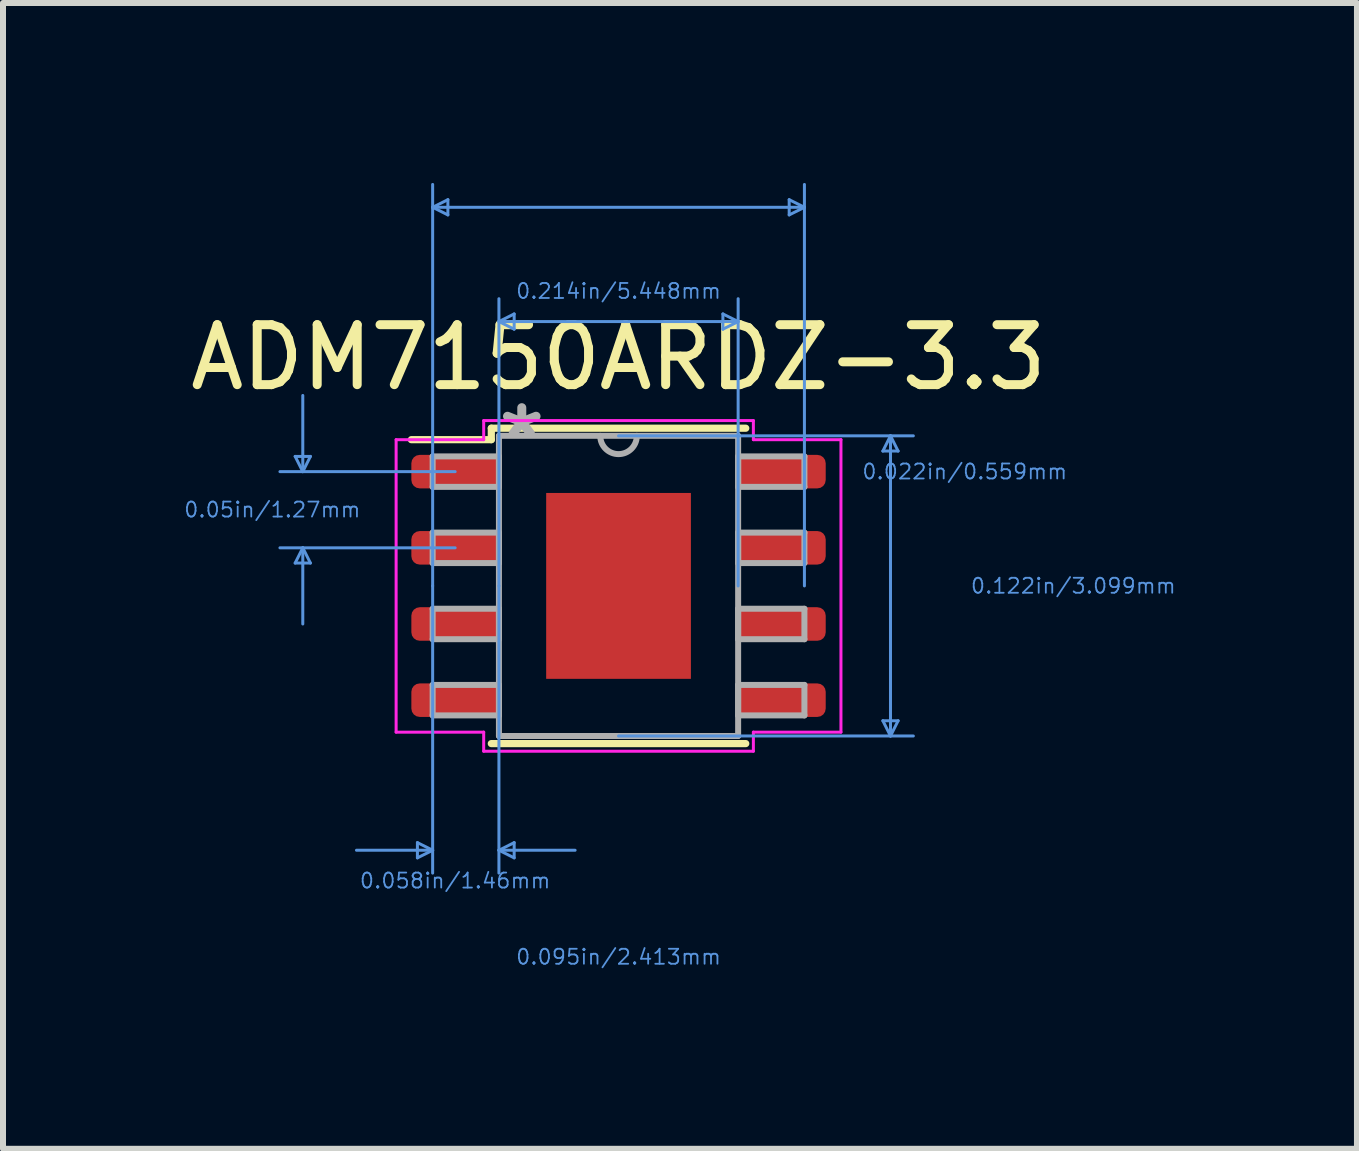
<source format=kicad_pcb>
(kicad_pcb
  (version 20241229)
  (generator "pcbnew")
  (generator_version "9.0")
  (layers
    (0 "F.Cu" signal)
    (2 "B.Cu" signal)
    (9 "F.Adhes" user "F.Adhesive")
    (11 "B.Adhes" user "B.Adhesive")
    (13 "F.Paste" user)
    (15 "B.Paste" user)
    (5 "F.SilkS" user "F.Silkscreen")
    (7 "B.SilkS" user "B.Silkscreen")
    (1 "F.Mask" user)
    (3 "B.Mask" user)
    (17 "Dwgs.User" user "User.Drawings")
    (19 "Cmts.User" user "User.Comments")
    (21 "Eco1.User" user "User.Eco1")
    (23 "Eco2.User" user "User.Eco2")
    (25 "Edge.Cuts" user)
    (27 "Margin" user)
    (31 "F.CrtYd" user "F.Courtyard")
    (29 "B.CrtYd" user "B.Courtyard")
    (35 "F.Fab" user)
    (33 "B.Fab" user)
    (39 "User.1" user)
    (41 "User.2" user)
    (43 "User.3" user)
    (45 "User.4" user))
  (footprint "ADM7150ARDZ-3.3"
    (layer "F.Cu")
    (at 7.262 6.718)
    (property "Reference" "ADM7150ARDZ-3.3" (at 0 -3.81 0) (layer "F.SilkS") (effects (font (size 1 1) (thickness 0.15))))
    (attr smd)
    (fp_line (start -2.121 -2.438) (end -3.454 -2.438) (stroke (width 0.12) (type solid)) (layer "F.SilkS"))
    (fp_line (start -2.121 -2.438) (end -2.121 -2.629) (stroke (width 0.12) (type solid)) (layer "F.SilkS"))
    (fp_line (start -2.121 2.629) (end 2.121 2.629) (stroke (width 0.12) (type solid)) (layer "F.SilkS"))
    (fp_line (start 2.121 -2.629) (end -2.121 -2.629) (stroke (width 0.12) (type solid)) (layer "F.SilkS"))
    (fp_poly (pts (xy -1.107 -1.449) (xy -1.107 -0.1) (xy 1.107 -0.1) (xy 1.107 -1.449)) (stroke (width 0.1) (type solid)) (fill yes) (layer "F.Paste"))
    (fp_poly (pts (xy -1.107 0.1) (xy -1.107 1.449) (xy 1.107 1.449) (xy 1.107 0.1)) (stroke (width 0.1) (type solid)) (fill yes) (layer "F.Paste"))
    (fp_line (start -5.391 -2.159) (end -5.137 -2.159) (stroke (width 0.05) (type solid)) (layer "Cmts.User"))
    (fp_line (start -5.391 -0.381) (end -5.137 -0.381) (stroke (width 0.05) (type solid)) (layer "Cmts.User"))
    (fp_line (start -5.264 -1.905) (end -5.391 -2.159) (stroke (width 0.05) (type solid)) (layer "Cmts.User"))
    (fp_line (start -5.264 -1.905) (end -5.264 -3.175) (stroke (width 0.05) (type solid)) (layer "Cmts.User"))
    (fp_line (start -5.264 -1.905) (end -5.137 -2.159) (stroke (width 0.05) (type solid)) (layer "Cmts.User"))
    (fp_line (start -5.264 -0.635) (end -5.391 -0.381) (stroke (width 0.05) (type solid)) (layer "Cmts.User"))
    (fp_line (start -5.264 -0.635) (end -5.264 0.635) (stroke (width 0.05) (type solid)) (layer "Cmts.User"))
    (fp_line (start -5.264 -0.635) (end -5.137 -0.381) (stroke (width 0.05) (type solid)) (layer "Cmts.User"))
    (fp_line (start -3.353 4.28) (end -3.353 4.534) (stroke (width 0.05) (type solid)) (layer "Cmts.User"))
    (fp_line (start -3.099 -6.312) (end -2.845 -6.439) (stroke (width 0.05) (type solid)) (layer "Cmts.User"))
    (fp_line (start -3.099 -6.312) (end -2.845 -6.185) (stroke (width 0.05) (type solid)) (layer "Cmts.User"))
    (fp_line (start -3.099 -6.312) (end 3.099 -6.312) (stroke (width 0.05) (type solid)) (layer "Cmts.User"))
    (fp_line (start -3.099 0) (end -3.099 -6.693) (stroke (width 0.05) (type solid)) (layer "Cmts.User"))
    (fp_line (start -3.099 0) (end -3.099 4.788) (stroke (width 0.05) (type solid)) (layer "Cmts.User"))
    (fp_line (start -3.099 4.407) (end -4.369 4.407) (stroke (width 0.05) (type solid)) (layer "Cmts.User"))
    (fp_line (start -3.099 4.407) (end -3.353 4.28) (stroke (width 0.05) (type solid)) (layer "Cmts.User"))
    (fp_line (start -3.099 4.407) (end -3.353 4.534) (stroke (width 0.05) (type solid)) (layer "Cmts.User"))
    (fp_line (start -2.845 -6.439) (end -2.845 -6.185) (stroke (width 0.05) (type solid)) (layer "Cmts.User"))
    (fp_line (start -2.724 -1.905) (end -5.645 -1.905) (stroke (width 0.05) (type solid)) (layer "Cmts.User"))
    (fp_line (start -2.724 -0.635) (end -5.645 -0.635) (stroke (width 0.05) (type solid)) (layer "Cmts.User"))
    (fp_line (start -1.994 -4.407) (end -1.74 -4.534) (stroke (width 0.05) (type solid)) (layer "Cmts.User"))
    (fp_line (start -1.994 -4.407) (end -1.74 -4.28) (stroke (width 0.05) (type solid)) (layer "Cmts.User"))
    (fp_line (start -1.994 -4.407) (end 1.994 -4.407) (stroke (width 0.05) (type solid)) (layer "Cmts.User"))
    (fp_line (start -1.994 0) (end -1.994 -4.788) (stroke (width 0.05) (type solid)) (layer "Cmts.User"))
    (fp_line (start -1.994 0) (end -1.994 4.788) (stroke (width 0.05) (type solid)) (layer "Cmts.User"))
    (fp_line (start -1.994 4.407) (end -1.74 4.28) (stroke (width 0.05) (type solid)) (layer "Cmts.User"))
    (fp_line (start -1.994 4.407) (end -1.74 4.534) (stroke (width 0.05) (type solid)) (layer "Cmts.User"))
    (fp_line (start -1.994 4.407) (end -0.724 4.407) (stroke (width 0.05) (type solid)) (layer "Cmts.User"))
    (fp_line (start -1.74 -4.534) (end -1.74 -4.28) (stroke (width 0.05) (type solid)) (layer "Cmts.User"))
    (fp_line (start -1.74 4.28) (end -1.74 4.534) (stroke (width 0.05) (type solid)) (layer "Cmts.User"))
    (fp_line (start 0 -2.502) (end 4.915 -2.502) (stroke (width 0.05) (type solid)) (layer "Cmts.User"))
    (fp_line (start 0 2.502) (end 4.915 2.502) (stroke (width 0.05) (type solid)) (layer "Cmts.User"))
    (fp_line (start 1.74 -4.534) (end 1.74 -4.28) (stroke (width 0.05) (type solid)) (layer "Cmts.User"))
    (fp_line (start 1.994 -4.407) (end 1.74 -4.534) (stroke (width 0.05) (type solid)) (layer "Cmts.User"))
    (fp_line (start 1.994 -4.407) (end 1.74 -4.28) (stroke (width 0.05) (type solid)) (layer "Cmts.User"))
    (fp_line (start 1.994 0) (end 1.994 -4.788) (stroke (width 0.05) (type solid)) (layer "Cmts.User"))
    (fp_line (start 2.845 -6.439) (end 2.845 -6.185) (stroke (width 0.05) (type solid)) (layer "Cmts.User"))
    (fp_line (start 3.099 -6.312) (end 2.845 -6.439) (stroke (width 0.05) (type solid)) (layer "Cmts.User"))
    (fp_line (start 3.099 -6.312) (end 2.845 -6.185) (stroke (width 0.05) (type solid)) (layer "Cmts.User"))
    (fp_line (start 3.099 0) (end 3.099 -6.693) (stroke (width 0.05) (type solid)) (layer "Cmts.User"))
    (fp_line (start 4.407 -2.248) (end 4.661 -2.248) (stroke (width 0.05) (type solid)) (layer "Cmts.User"))
    (fp_line (start 4.407 2.248) (end 4.661 2.248) (stroke (width 0.05) (type solid)) (layer "Cmts.User"))
    (fp_line (start 4.534 -2.502) (end 4.407 -2.248) (stroke (width 0.05) (type solid)) (layer "Cmts.User"))
    (fp_line (start 4.534 -2.502) (end 4.534 2.502) (stroke (width 0.05) (type solid)) (layer "Cmts.User"))
    (fp_line (start 4.534 -2.502) (end 4.661 -2.248) (stroke (width 0.05) (type solid)) (layer "Cmts.User"))
    (fp_line (start 4.534 2.502) (end 4.407 2.248) (stroke (width 0.05) (type solid)) (layer "Cmts.User"))
    (fp_line (start 4.534 2.502) (end 4.661 2.248) (stroke (width 0.05) (type solid)) (layer "Cmts.User"))
    (fp_line (start -3.708 -2.438) (end -2.248 -2.438) (stroke (width 0.05) (type solid)) (layer "F.CrtYd"))
    (fp_line (start -3.708 2.438) (end -3.708 -2.438) (stroke (width 0.05) (type solid)) (layer "F.CrtYd"))
    (fp_line (start -3.708 2.438) (end -2.248 2.438) (stroke (width 0.05) (type solid)) (layer "F.CrtYd"))
    (fp_line (start -2.248 -2.756) (end 2.248 -2.756) (stroke (width 0.05) (type solid)) (layer "F.CrtYd"))
    (fp_line (start -2.248 -2.438) (end -2.248 -2.756) (stroke (width 0.05) (type solid)) (layer "F.CrtYd"))
    (fp_line (start -2.248 2.756) (end -2.248 2.438) (stroke (width 0.05) (type solid)) (layer "F.CrtYd"))
    (fp_line (start 2.248 -2.756) (end 2.248 -2.438) (stroke (width 0.05) (type solid)) (layer "F.CrtYd"))
    (fp_line (start 2.248 -2.438) (end 3.708 -2.438) (stroke (width 0.05) (type solid)) (layer "F.CrtYd"))
    (fp_line (start 2.248 2.438) (end 2.248 2.756) (stroke (width 0.05) (type solid)) (layer "F.CrtYd"))
    (fp_line (start 2.248 2.756) (end -2.248 2.756) (stroke (width 0.05) (type solid)) (layer "F.CrtYd"))
    (fp_line (start 3.708 -2.438) (end 3.708 2.438) (stroke (width 0.05) (type solid)) (layer "F.CrtYd"))
    (fp_line (start 3.708 2.438) (end 2.248 2.438) (stroke (width 0.05) (type solid)) (layer "F.CrtYd"))
    (fp_line (start -3.099 -2.159) (end -3.099 -1.651) (stroke (width 0.1) (type solid)) (layer "F.Fab"))
    (fp_line (start -3.099 -1.651) (end -1.994 -1.651) (stroke (width 0.1) (type solid)) (layer "F.Fab"))
    (fp_line (start -3.099 -0.889) (end -3.099 -0.381) (stroke (width 0.1) (type solid)) (layer "F.Fab"))
    (fp_line (start -3.099 -0.381) (end -1.994 -0.381) (stroke (width 0.1) (type solid)) (layer "F.Fab"))
    (fp_line (start -3.099 0.381) (end -3.099 0.889) (stroke (width 0.1) (type solid)) (layer "F.Fab"))
    (fp_line (start -3.099 0.889) (end -1.994 0.889) (stroke (width 0.1) (type solid)) (layer "F.Fab"))
    (fp_line (start -3.099 1.651) (end -3.099 2.159) (stroke (width 0.1) (type solid)) (layer "F.Fab"))
    (fp_line (start -3.099 2.159) (end -1.994 2.159) (stroke (width 0.1) (type solid)) (layer "F.Fab"))
    (fp_line (start -1.994 -2.502) (end -1.994 2.502) (stroke (width 0.1) (type solid)) (layer "F.Fab"))
    (fp_line (start -1.994 -2.159) (end -3.099 -2.159) (stroke (width 0.1) (type solid)) (layer "F.Fab"))
    (fp_line (start -1.994 -1.651) (end -1.994 -2.159) (stroke (width 0.1) (type solid)) (layer "F.Fab"))
    (fp_line (start -1.994 -0.889) (end -3.099 -0.889) (stroke (width 0.1) (type solid)) (layer "F.Fab"))
    (fp_line (start -1.994 -0.381) (end -1.994 -0.889) (stroke (width 0.1) (type solid)) (layer "F.Fab"))
    (fp_line (start -1.994 0.381) (end -3.099 0.381) (stroke (width 0.1) (type solid)) (layer "F.Fab"))
    (fp_line (start -1.994 0.889) (end -1.994 0.381) (stroke (width 0.1) (type solid)) (layer "F.Fab"))
    (fp_line (start -1.994 1.651) (end -3.099 1.651) (stroke (width 0.1) (type solid)) (layer "F.Fab"))
    (fp_line (start -1.994 2.159) (end -1.994 1.651) (stroke (width 0.1) (type solid)) (layer "F.Fab"))
    (fp_line (start -1.994 2.502) (end 1.994 2.502) (stroke (width 0.1) (type solid)) (layer "F.Fab"))
    (fp_line (start 1.994 -2.502) (end -1.994 -2.502) (stroke (width 0.1) (type solid)) (layer "F.Fab"))
    (fp_line (start 1.994 -2.159) (end 1.994 -1.651) (stroke (width 0.1) (type solid)) (layer "F.Fab"))
    (fp_line (start 1.994 -1.651) (end 3.099 -1.651) (stroke (width 0.1) (type solid)) (layer "F.Fab"))
    (fp_line (start 1.994 -0.889) (end 1.994 -0.381) (stroke (width 0.1) (type solid)) (layer "F.Fab"))
    (fp_line (start 1.994 -0.381) (end 3.099 -0.381) (stroke (width 0.1) (type solid)) (layer "F.Fab"))
    (fp_line (start 1.994 0.381) (end 1.994 0.889) (stroke (width 0.1) (type solid)) (layer "F.Fab"))
    (fp_line (start 1.994 0.889) (end 3.099 0.889) (stroke (width 0.1) (type solid)) (layer "F.Fab"))
    (fp_line (start 1.994 1.651) (end 1.994 2.159) (stroke (width 0.1) (type solid)) (layer "F.Fab"))
    (fp_line (start 1.994 2.159) (end 3.099 2.159) (stroke (width 0.1) (type solid)) (layer "F.Fab"))
    (fp_line (start 1.994 2.502) (end 1.994 -2.502) (stroke (width 0.1) (type solid)) (layer "F.Fab"))
    (fp_line (start 3.099 -2.159) (end 1.994 -2.159) (stroke (width 0.1) (type solid)) (layer "F.Fab"))
    (fp_line (start 3.099 -1.651) (end 3.099 -2.159) (stroke (width 0.1) (type solid)) (layer "F.Fab"))
    (fp_line (start 3.099 -0.889) (end 1.994 -0.889) (stroke (width 0.1) (type solid)) (layer "F.Fab"))
    (fp_line (start 3.099 -0.381) (end 3.099 -0.889) (stroke (width 0.1) (type solid)) (layer "F.Fab"))
    (fp_line (start 3.099 0.381) (end 1.994 0.381) (stroke (width 0.1) (type solid)) (layer "F.Fab"))
    (fp_line (start 3.099 0.889) (end 3.099 0.381) (stroke (width 0.1) (type solid)) (layer "F.Fab"))
    (fp_line (start 3.099 1.651) (end 1.994 1.651) (stroke (width 0.1) (type solid)) (layer "F.Fab"))
    (fp_line (start 3.099 2.159) (end 3.099 1.651) (stroke (width 0.1) (type solid)) (layer "F.Fab"))
    (fp_arc (start 0.3048 -2.5019) (mid 0 -2.1971) (end -0.3048 -2.5019) (stroke (width 0.1) (type solid)) (layer "F.Fab"))
    (fp_text user "0.022in/0.559mm" (at 5.772 -1.905 0) (layer "Cmts.User") (effects (font (size 0.25 0.25) (thickness 0.03))))
    (fp_text user "0.095in/2.413mm" (at 0 6.185 0) (layer "Cmts.User") (effects (font (size 0.25 0.25) (thickness 0.03))))
    (fp_text user "0.214in/5.448mm" (at 0 -4.915 0) (layer "Cmts.User") (effects (font (size 0.25 0.25) (thickness 0.03))))
    (fp_text user "0.122in/3.099mm" (at 7.582 0 0) (layer "Cmts.User") (effects (font (size 0.25 0.25) (thickness 0.03))))
    (fp_text user "0.058in/1.46mm" (at -2.724 4.915 0) (layer "Cmts.User") (effects (font (size 0.25 0.25) (thickness 0.03))))
    (fp_text user "0.05in/1.27mm" (at -5.772 -1.27 0) (layer "Cmts.User") (effects (font (size 0.25 0.25) (thickness 0.03))))
    (fp_text user "*" (at -1.613 -2.426 0) (layer "F.Fab") (effects (font (size 1 1) (thickness 0.15))))
    (pad "1" smd roundrect (at -2.724 -1.905) (size 1.46 0.559) (layers "F.Cu" "F.Mask" "F.Paste") (roundrect_rratio 0.25))
    (pad "2" smd roundrect (at -2.724 -0.635) (size 1.46 0.559) (layers "F.Cu" "F.Mask" "F.Paste") (roundrect_rratio 0.25))
    (pad "3" smd roundrect (at -2.724 0.635) (size 1.46 0.559) (layers "F.Cu" "F.Mask" "F.Paste") (roundrect_rratio 0.25))
    (pad "4" smd roundrect (at -2.724 1.905) (size 1.46 0.559) (layers "F.Cu" "F.Mask" "F.Paste") (roundrect_rratio 0.25))
    (pad "5" smd roundrect (at 2.724 1.905) (size 1.46 0.559) (layers "F.Cu" "F.Mask" "F.Paste") (roundrect_rratio 0.25))
    (pad "6" smd roundrect (at 2.724 0.635) (size 1.46 0.559) (layers "F.Cu" "F.Mask" "F.Paste") (roundrect_rratio 0.25))
    (pad "7" smd roundrect (at 2.724 -0.635) (size 1.46 0.559) (layers "F.Cu" "F.Mask" "F.Paste") (roundrect_rratio 0.25))
    (pad "8" smd roundrect (at 2.724 -1.905) (size 1.46 0.559) (layers "F.Cu" "F.Mask" "F.Paste") (roundrect_rratio 0.25))
    (pad "9" smd rect (at 0 0) (size 2.413 3.099) (property pad_prop_heatsink) (layers "F.Cu" "F.Mask")))
  (gr_rect
    (start -3 -3)
    (end 19.573 16.102)
    (stroke (width 0.1) (type default))
    (fill no)
    (layer "Edge.Cuts")))
</source>
